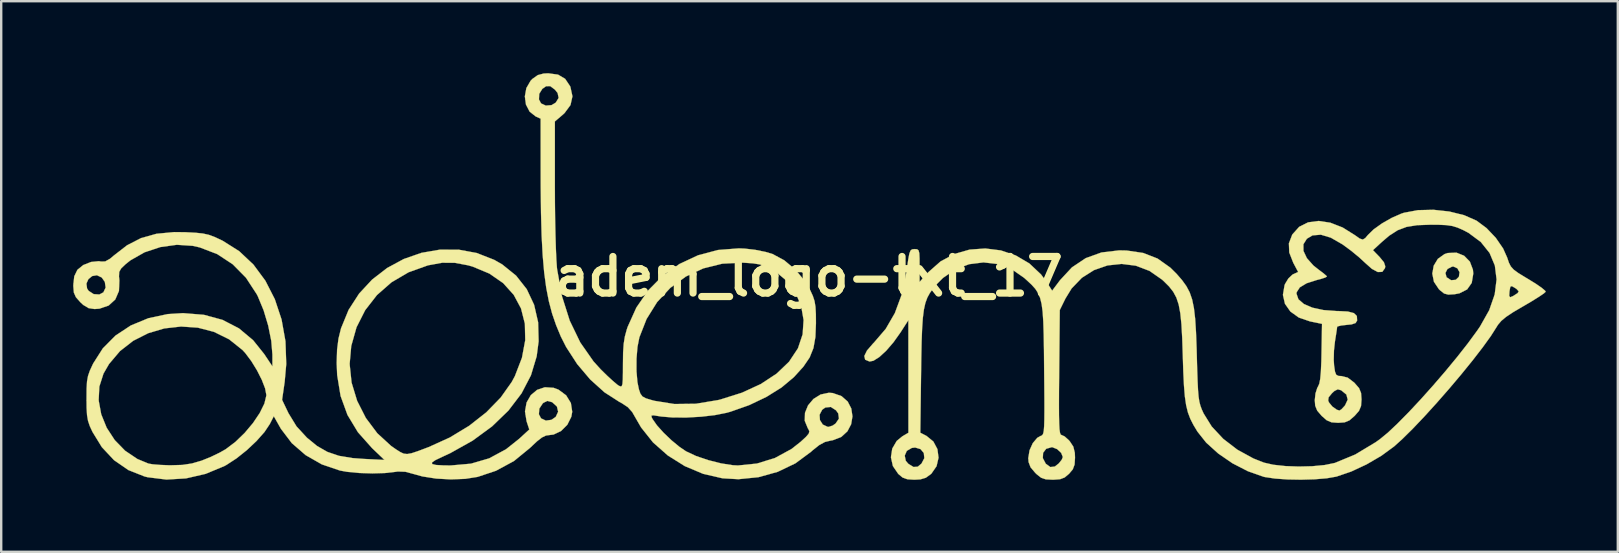
<source format=kicad_pcb>
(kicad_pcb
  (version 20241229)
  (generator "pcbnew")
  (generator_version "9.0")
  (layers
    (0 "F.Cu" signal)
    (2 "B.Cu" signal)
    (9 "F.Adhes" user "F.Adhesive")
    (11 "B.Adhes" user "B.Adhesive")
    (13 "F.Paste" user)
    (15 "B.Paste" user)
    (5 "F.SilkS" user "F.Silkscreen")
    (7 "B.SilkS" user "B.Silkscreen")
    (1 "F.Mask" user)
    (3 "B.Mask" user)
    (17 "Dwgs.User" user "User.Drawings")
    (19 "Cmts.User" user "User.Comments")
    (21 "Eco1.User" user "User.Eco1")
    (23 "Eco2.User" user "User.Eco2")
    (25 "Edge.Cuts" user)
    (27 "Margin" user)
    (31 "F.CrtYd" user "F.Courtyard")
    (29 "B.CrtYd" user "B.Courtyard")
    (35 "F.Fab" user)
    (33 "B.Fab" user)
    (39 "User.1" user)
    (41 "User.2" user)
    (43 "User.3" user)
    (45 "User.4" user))
  (footprint "adem_logo-txt_17"
    (layer "F.Cu")
    (at 30.654 8.472)
    (property "Reference" "adem_logo-txt_17" (at 0 0 0) (layer "F.SilkS") (effects (font (size 1.524 1.524) (thickness 0.3))))
    (attr through_hole)
    (fp_poly (pts (xy 27.304 -0.866) (xy 27.544 -0.621) (xy 27.672 -0.283) (xy 27.686 -0.119) (xy 27.622 0.265) (xy 27.43 0.538) (xy 27.111 0.7) (xy 26.904 0.739) (xy 26.645 0.754) (xy 26.471 0.709) (xy 26.303 0.576) (xy 26.251 0.525) (xy 26.047 0.22) (xy 25.979 -0.118) (xy 25.985 -0.149) (xy 26.525 -0.149) (xy 26.572 0.026) (xy 26.579 0.035) (xy 26.762 0.154) (xy 26.956 0.138) (xy 27.087 0.012) (xy 27.114 -0.179) (xy 27.024 -0.341) (xy 26.859 -0.416) (xy 26.8 -0.411) (xy 26.611 -0.313) (xy 26.525 -0.149) (xy 25.985 -0.149) (xy 26.037 -0.45) (xy 26.21 -0.736) (xy 26.489 -0.935) (xy 26.62 -0.979) (xy 26.986 -0.994) (xy 27.304 -0.866)) (stroke (width 0.01) (type solid)) (fill yes) (layer "F.SilkS"))
    (fp_poly (pts (xy -10.45 -8.412) (xy -10.156 -8.239) (xy -9.951 -7.934) (xy -9.936 -7.901) (xy -9.851 -7.509) (xy -9.932 -7.145) (xy -10.18 -6.81) (xy -10.254 -6.742) (xy -10.583 -6.461) (xy -10.583 -3.76) (xy -10.58 -3.057) (xy -10.572 -2.373) (xy -10.558 -1.734) (xy -10.541 -1.17) (xy -10.521 -0.708) (xy -10.498 -0.377) (xy -10.489 -0.296) (xy -10.286 0.824) (xy -9.963 1.842) (xy -9.525 2.748) (xy -8.976 3.534) (xy -8.68 3.861) (xy -8.408 4.128) (xy -8.163 4.354) (xy -7.98 4.508) (xy -7.916 4.551) (xy -7.844 4.582) (xy -7.796 4.566) (xy -7.767 4.479) (xy -7.753 4.294) (xy -7.747 3.985) (xy -7.747 3.93) (xy -7.183 3.93) (xy -7.144 4.395) (xy -7.082 4.699) (xy -7.019 4.883) (xy -6.934 4.998) (xy -6.785 5.078) (xy -6.528 5.155) (xy -6.433 5.18) (xy -5.603 5.313) (xy -4.709 5.302) (xy -3.777 5.148) (xy -3.689 5.126) (xy -2.785 4.841) (xy -1.999 4.479) (xy -1.342 4.046) (xy -0.825 3.551) (xy -0.459 2.999) (xy -0.452 2.985) (xy -0.259 2.409) (xy -0.219 1.813) (xy -0.322 1.224) (xy -0.558 0.671) (xy -0.919 0.183) (xy -1.393 -0.211) (xy -1.539 -0.297) (xy -1.795 -0.423) (xy -2.04 -0.503) (xy -2.332 -0.549) (xy -2.731 -0.576) (xy -2.761 -0.577) (xy -3.605 -0.535) (xy -4.399 -0.338) (xy -5.127 0.002) (xy -5.774 0.475) (xy -6.324 1.068) (xy -6.762 1.771) (xy -7.062 2.534) (xy -7.141 2.934) (xy -7.181 3.421) (xy -7.183 3.93) (xy -7.747 3.93) (xy -7.746 3.653) (xy -7.74 3.169) (xy -7.715 2.802) (xy -7.666 2.498) (xy -7.586 2.205) (xy -7.551 2.101) (xy -7.187 1.293) (xy -6.694 0.578) (xy -6.09 -0.031) (xy -5.392 -0.522) (xy -4.618 -0.884) (xy -3.787 -1.105) (xy -2.915 -1.173) (xy -2.676 -1.163) (xy -2.236 -1.112) (xy -1.804 -1.025) (xy -1.511 -0.937) (xy -1.024 -0.675) (xy -0.56 -0.285) (xy -0.163 0.195) (xy 0.056 0.569) (xy 0.167 0.81) (xy 0.237 1.023) (xy 0.276 1.258) (xy 0.293 1.566) (xy 0.296 1.947) (xy 0.273 2.521) (xy 0.192 2.98) (xy 0.033 3.375) (xy -0.227 3.756) (xy -0.607 4.175) (xy -0.633 4.201) (xy -1.138 4.624) (xy -1.771 5.018) (xy -2.491 5.361) (xy -3.258 5.631) (xy -3.429 5.679) (xy -3.912 5.775) (xy -4.488 5.842) (xy -5.096 5.876) (xy -5.675 5.874) (xy -6.164 5.833) (xy -6.248 5.819) (xy -6.471 5.784) (xy -6.56 5.795) (xy -6.549 5.868) (xy -6.51 5.944) (xy -6.33 6.201) (xy -6.053 6.509) (xy -5.725 6.823) (xy -5.389 7.1) (xy -5.117 7.284) (xy -4.701 7.479) (xy -4.191 7.652) (xy -3.657 7.787) (xy -3.166 7.863) (xy -2.954 7.874) (xy -2.164 7.794) (xy -1.41 7.561) (xy -0.723 7.187) (xy -0.344 6.889) (xy -0.12 6.682) (xy -0.005 6.548) (xy 0.021 6.45) (xy -0.023 6.353) (xy -0.043 6.324) (xy -0.172 6.01) (xy -0.163 5.758) (xy 0.447 5.758) (xy 0.462 5.982) (xy 0.581 6.169) (xy 0.781 6.263) (xy 0.825 6.265) (xy 0.991 6.212) (xy 1.115 6.125) (xy 1.254 5.921) (xy 1.225 5.706) (xy 1.13 5.574) (xy 0.914 5.435) (xy 0.686 5.459) (xy 0.556 5.552) (xy 0.447 5.758) (xy -0.163 5.758) (xy -0.161 5.681) (xy -0.033 5.368) (xy 0.191 5.103) (xy 0.486 4.918) (xy 0.831 4.844) (xy 0.997 4.856) (xy 1.36 4.983) (xy 1.618 5.209) (xy 1.769 5.501) (xy 1.817 5.827) (xy 1.763 6.155) (xy 1.607 6.451) (xy 1.351 6.685) (xy 0.996 6.823) (xy 0.918 6.835) (xy 0.672 6.894) (xy 0.436 7.021) (xy 0.157 7.243) (xy 0.085 7.308) (xy -0.559 7.784) (xy -1.297 8.138) (xy -2.1 8.362) (xy -2.935 8.446) (xy -3.598 8.408) (xy -4.401 8.224) (xy -5.169 7.901) (xy -5.876 7.458) (xy -6.492 6.914) (xy -6.99 6.289) (xy -7.19 5.944) (xy -7.362 5.645) (xy -7.543 5.444) (xy -7.794 5.278) (xy -7.896 5.224) (xy -8.515 4.826) (xy -9.11 4.29) (xy -9.653 3.649) (xy -10.115 2.935) (xy -10.335 2.5) (xy -10.531 2.029) (xy -10.697 1.547) (xy -10.833 1.033) (xy -10.943 0.469) (xy -11.028 -0.163) (xy -11.091 -0.883) (xy -11.135 -1.708) (xy -11.161 -2.659) (xy -11.173 -3.754) (xy -11.174 -4.156) (xy -11.176 -6.577) (xy -11.384 -6.671) (xy -11.636 -6.871) (xy -11.788 -7.164) (xy -11.817 -7.378) (xy -11.246 -7.378) (xy -11.159 -7.214) (xy -10.962 -7.122) (xy -10.723 -7.141) (xy -10.547 -7.245) (xy -10.426 -7.443) (xy -10.469 -7.647) (xy -10.583 -7.789) (xy -10.778 -7.934) (xy -10.951 -7.928) (xy -11.106 -7.819) (xy -11.235 -7.612) (xy -11.246 -7.378) (xy -11.817 -7.378) (xy -11.834 -7.506) (xy -11.771 -7.851) (xy -11.595 -8.156) (xy -11.519 -8.234) (xy -11.296 -8.392) (xy -11.049 -8.458) (xy -10.855 -8.467) (xy -10.45 -8.412)) (stroke (width 0.01) (type solid)) (fill yes) (layer "F.SilkS"))
    (fp_poly (pts (xy -25.982 -1.846) (xy -25.56 -1.824) (xy -25.252 -1.792) (xy -25.003 -1.737) (xy -24.757 -1.646) (xy -24.46 -1.507) (xy -24.421 -1.487) (xy -23.738 -1.057) (xy -23.143 -0.497) (xy -22.645 0.177) (xy -22.252 0.946) (xy -21.971 1.792) (xy -21.809 2.697) (xy -21.776 3.645) (xy -21.842 4.389) (xy -21.95 5.139) (xy -21.685 5.693) (xy -21.348 6.245) (xy -20.916 6.715) (xy -20.492 7.062) (xy -20.062 7.308) (xy -19.583 7.471) (xy -19.011 7.566) (xy -18.558 7.6) (xy -17.684 7.643) (xy -18.202 7.149) (xy -18.79 6.488) (xy -19.225 5.768) (xy -19.512 4.978) (xy -19.655 4.105) (xy -19.673 3.648) (xy -19.135 3.648) (xy -19.054 4.42) (xy -18.823 5.179) (xy -18.46 5.894) (xy -17.983 6.531) (xy -17.408 7.059) (xy -17.191 7.21) (xy -17.02 7.317) (xy -16.881 7.381) (xy -16.738 7.397) (xy -16.555 7.364) (xy -16.294 7.278) (xy -15.918 7.136) (xy -15.833 7.104) (xy -14.958 6.707) (xy -14.153 6.219) (xy -13.44 5.659) (xy -12.841 5.044) (xy -12.381 4.395) (xy -12.249 4.149) (xy -11.955 3.387) (xy -11.818 2.655) (xy -11.833 1.965) (xy -11.994 1.33) (xy -12.298 0.763) (xy -12.738 0.275) (xy -13.309 -0.121) (xy -14.006 -0.412) (xy -14.197 -0.466) (xy -14.759 -0.572) (xy -15.283 -0.573) (xy -15.853 -0.469) (xy -15.878 -0.463) (xy -16.68 -0.176) (xy -17.39 0.241) (xy -17.996 0.772) (xy -18.487 1.402) (xy -18.848 2.115) (xy -19.068 2.895) (xy -19.135 3.648) (xy -19.673 3.648) (xy -19.675 3.598) (xy -19.658 3.046) (xy -19.6 2.589) (xy -19.494 2.16) (xy -19.492 2.155) (xy -19.178 1.39) (xy -18.74 0.712) (xy -18.197 0.127) (xy -17.571 -0.356) (xy -16.878 -0.73) (xy -16.14 -0.987) (xy -15.374 -1.119) (xy -14.601 -1.12) (xy -13.84 -0.98) (xy -13.109 -0.694) (xy -12.775 -0.502) (xy -12.199 -0.037) (xy -11.755 0.527) (xy -11.448 1.179) (xy -11.281 1.907) (xy -11.26 2.7) (xy -11.341 3.325) (xy -11.579 4.115) (xy -11.974 4.873) (xy -12.518 5.586) (xy -13.2 6.245) (xy -14.012 6.84) (xy -14.942 7.36) (xy -15.272 7.513) (xy -15.559 7.649) (xy -15.703 7.748) (xy -15.697 7.814) (xy -15.537 7.853) (xy -15.216 7.871) (xy -14.916 7.873) (xy -14.081 7.799) (xy -13.321 7.577) (xy -12.62 7.199) (xy -12.074 6.765) (xy -11.649 6.375) (xy -11.762 6.032) (xy -11.809 5.739) (xy -11.249 5.739) (xy -11.159 5.91) (xy -10.959 6.004) (xy -10.724 5.971) (xy -10.546 5.848) (xy -10.447 5.634) (xy -10.497 5.419) (xy -10.684 5.247) (xy -10.717 5.231) (xy -10.902 5.184) (xy -11.061 5.265) (xy -11.091 5.291) (xy -11.231 5.504) (xy -11.249 5.739) (xy -11.809 5.739) (xy -11.828 5.62) (xy -11.761 5.249) (xy -11.585 4.943) (xy -11.323 4.723) (xy -10.999 4.614) (xy -10.635 4.638) (xy -10.435 4.713) (xy -10.113 4.951) (xy -9.916 5.271) (xy -9.86 5.635) (xy -9.897 5.844) (xy -10.065 6.179) (xy -10.327 6.439) (xy -10.637 6.585) (xy -10.791 6.604) (xy -10.953 6.626) (xy -11.119 6.705) (xy -11.326 6.866) (xy -11.608 7.13) (xy -11.622 7.144) (xy -12.288 7.689) (xy -13.036 8.094) (xy -13.801 8.349) (xy -14.316 8.431) (xy -14.915 8.454) (xy -15.532 8.42) (xy -16.099 8.331) (xy -16.425 8.241) (xy -16.807 8.137) (xy -17.125 8.125) (xy -17.23 8.14) (xy -17.662 8.189) (xy -18.188 8.204) (xy -18.739 8.187) (xy -19.244 8.138) (xy -19.538 8.085) (xy -20.292 7.829) (xy -20.968 7.443) (xy -21.545 6.943) (xy -21.997 6.347) (xy -22.038 6.276) (xy -22.295 5.821) (xy -22.463 6.149) (xy -22.685 6.482) (xy -23.017 6.856) (xy -23.418 7.234) (xy -23.849 7.578) (xy -24.268 7.851) (xy -24.35 7.896) (xy -25.135 8.223) (xy -25.953 8.412) (xy -26.77 8.461) (xy -27.551 8.364) (xy -27.684 8.331) (xy -28.355 8.065) (xy -28.952 7.653) (xy -29.46 7.111) (xy -29.85 6.476) (xy -29.964 6.229) (xy -30.036 6.014) (xy -30.077 5.78) (xy -30.095 5.476) (xy -30.098 5.162) (xy -29.593 5.162) (xy -29.486 5.742) (xy -29.259 6.301) (xy -28.923 6.816) (xy -28.491 7.259) (xy -27.977 7.605) (xy -27.517 7.795) (xy -27.335 7.826) (xy -27.039 7.85) (xy -26.685 7.864) (xy -26.585 7.865) (xy -26.106 7.851) (xy -25.706 7.79) (xy -25.302 7.672) (xy -25.292 7.668) (xy -24.923 7.519) (xy -24.548 7.338) (xy -24.298 7.196) (xy -23.895 6.891) (xy -23.508 6.517) (xy -23.161 6.104) (xy -22.88 5.686) (xy -22.687 5.295) (xy -22.607 4.964) (xy -22.606 4.932) (xy -22.657 4.662) (xy -22.794 4.307) (xy -22.993 3.914) (xy -23.23 3.527) (xy -23.481 3.192) (xy -23.6 3.062) (xy -24.159 2.616) (xy -24.787 2.307) (xy -25.462 2.131) (xy -26.16 2.084) (xy -26.857 2.163) (xy -27.529 2.362) (xy -28.153 2.678) (xy -28.704 3.107) (xy -29.16 3.645) (xy -29.391 4.044) (xy -29.565 4.588) (xy -29.593 5.162) (xy -30.098 5.162) (xy -30.098 5.079) (xy -30.095 4.667) (xy -30.078 4.372) (xy -30.036 4.142) (xy -29.961 3.925) (xy -29.842 3.667) (xy -29.822 3.625) (xy -29.419 2.993) (xy -28.891 2.461) (xy -28.253 2.04) (xy -27.523 1.738) (xy -26.717 1.566) (xy -26.077 1.526) (xy -25.208 1.596) (xy -24.432 1.807) (xy -23.748 2.16) (xy -23.157 2.654) (xy -22.698 3.227) (xy -22.352 3.745) (xy -22.353 3.248) (xy -22.4 2.683) (xy -22.528 2.046) (xy -22.72 1.407) (xy -22.958 0.831) (xy -23.006 0.737) (xy -23.455 0.05) (xy -24.006 -0.509) (xy -24.651 -0.933) (xy -25.376 -1.211) (xy -25.67 -1.278) (xy -26.336 -1.322) (xy -27.022 -1.227) (xy -27.682 -1.008) (xy -28.268 -0.675) (xy -28.468 -0.516) (xy -28.654 -0.339) (xy -28.737 -0.192) (xy -28.746 0.001) (xy -28.73 0.159) (xy -28.747 0.601) (xy -28.9 0.957) (xy -29.176 1.209) (xy -29.559 1.34) (xy -29.765 1.355) (xy -30.012 1.318) (xy -30.234 1.185) (xy -30.361 1.067) (xy -30.542 0.861) (xy -30.627 0.667) (xy -30.649 0.4) (xy -30.649 0.359) (xy -30.642 0.294) (xy -30.103 0.294) (xy -30.076 0.499) (xy -30.009 0.599) (xy -29.799 0.734) (xy -29.564 0.749) (xy -29.396 0.66) (xy -29.302 0.46) (xy -29.336 0.224) (xy -29.464 0.042) (xy -29.665 -0.053) (xy -29.862 -0.019) (xy -30.02 0.109) (xy -30.103 0.294) (xy -30.642 0.294) (xy -30.61 -0.009) (xy -30.482 -0.274) (xy -30.476 -0.282) (xy -30.234 -0.478) (xy -29.91 -0.606) (xy -29.584 -0.639) (xy -29.49 -0.623) (xy -29.321 -0.628) (xy -29.123 -0.738) (xy -28.966 -0.87) (xy -28.41 -1.301) (xy -27.826 -1.601) (xy -27.182 -1.781) (xy -26.447 -1.851) (xy -25.982 -1.846)) (stroke (width 0.01) (type solid)) (fill yes) (layer "F.SilkS"))
    (fp_poly (pts (xy 26.689 -2.708) (xy 27.305 -2.555) (xy 27.823 -2.327) (xy 27.823 -2.327) (xy 28.24 -2.016) (xy 28.624 -1.612) (xy 28.93 -1.167) (xy 29.098 -0.791) (xy 29.171 -0.576) (xy 29.251 -0.419) (xy 29.371 -0.286) (xy 29.561 -0.146) (xy 29.855 0.034) (xy 29.987 0.113) (xy 30.295 0.303) (xy 30.535 0.469) (xy 30.678 0.59) (xy 30.704 0.635) (xy 30.625 0.707) (xy 30.426 0.842) (xy 30.138 1.022) (xy 29.79 1.227) (xy 29.765 1.241) (xy 29.348 1.486) (xy 29.054 1.681) (xy 28.853 1.849) (xy 28.715 2.012) (xy 28.658 2.103) (xy 28.419 2.479) (xy 28.08 2.949) (xy 27.664 3.488) (xy 27.191 4.071) (xy 26.682 4.674) (xy 26.159 5.271) (xy 25.644 5.838) (xy 25.157 6.35) (xy 24.72 6.781) (xy 24.384 7.083) (xy 23.855 7.47) (xy 23.239 7.829) (xy 22.6 8.127) (xy 22.003 8.331) (xy 21.974 8.339) (xy 21.578 8.408) (xy 21.071 8.45) (xy 20.508 8.466) (xy 19.94 8.456) (xy 19.422 8.419) (xy 19.007 8.357) (xy 18.94 8.341) (xy 18.293 8.113) (xy 17.652 7.783) (xy 17.06 7.376) (xy 16.557 6.922) (xy 16.194 6.465) (xy 16.026 6.187) (xy 15.895 5.929) (xy 15.795 5.663) (xy 15.721 5.361) (xy 15.668 4.997) (xy 15.631 4.544) (xy 15.603 3.975) (xy 15.582 3.302) (xy 15.558 2.576) (xy 15.526 1.994) (xy 15.479 1.534) (xy 15.411 1.17) (xy 15.314 0.878) (xy 15.183 0.635) (xy 15.011 0.416) (xy 14.79 0.196) (xy 14.718 0.13) (xy 14.197 -0.233) (xy 13.627 -0.45) (xy 13.034 -0.525) (xy 12.444 -0.462) (xy 11.883 -0.267) (xy 11.376 0.054) (xy 10.949 0.498) (xy 10.693 0.916) (xy 10.456 1.397) (xy 10.431 4) (xy 10.424 4.743) (xy 10.422 5.332) (xy 10.424 5.786) (xy 10.431 6.121) (xy 10.443 6.353) (xy 10.463 6.5) (xy 10.489 6.578) (xy 10.523 6.604) (xy 10.529 6.604) (xy 10.659 6.664) (xy 10.828 6.815) (xy 10.872 6.864) (xy 11.02 7.089) (xy 11.083 7.346) (xy 11.091 7.548) (xy 11.073 7.836) (xy 10.998 8.035) (xy 10.844 8.219) (xy 10.661 8.373) (xy 10.468 8.447) (xy 10.19 8.467) (xy 10.158 8.467) (xy 9.874 8.452) (xy 9.678 8.385) (xy 9.49 8.236) (xy 9.432 8.179) (xy 9.239 7.95) (xy 9.156 7.732) (xy 9.144 7.566) (xy 9.749 7.566) (xy 9.87 7.796) (xy 9.877 7.804) (xy 10.064 7.94) (xy 10.252 7.917) (xy 10.414 7.789) (xy 10.539 7.632) (xy 10.583 7.521) (xy 10.513 7.348) (xy 10.346 7.193) (xy 10.149 7.114) (xy 10.121 7.112) (xy 9.891 7.178) (xy 9.762 7.344) (xy 9.749 7.566) (xy 9.144 7.566) (xy 9.144 7.565) (xy 9.196 7.243) (xy 9.331 6.943) (xy 9.518 6.722) (xy 9.65 6.647) (xy 9.7 6.628) (xy 9.739 6.594) (xy 9.769 6.528) (xy 9.791 6.412) (xy 9.805 6.228) (xy 9.813 5.959) (xy 9.816 5.587) (xy 9.815 5.095) (xy 9.81 4.464) (xy 9.804 3.866) (xy 9.797 3.063) (xy 9.786 2.41) (xy 9.769 1.886) (xy 9.742 1.471) (xy 9.699 1.146) (xy 9.636 0.891) (xy 9.549 0.686) (xy 9.434 0.511) (xy 9.286 0.346) (xy 9.1 0.172) (xy 8.969 0.054) (xy 8.45 -0.307) (xy 7.877 -0.52) (xy 7.278 -0.588) (xy 6.678 -0.513) (xy 6.106 -0.296) (xy 5.588 0.06) (xy 5.351 0.297) (xy 5.182 0.496) (xy 5.045 0.683) (xy 4.937 0.879) (xy 4.855 1.104) (xy 4.794 1.379) (xy 4.75 1.725) (xy 4.72 2.163) (xy 4.699 2.713) (xy 4.685 3.396) (xy 4.677 3.995) (xy 4.644 6.508) (xy 4.903 6.642) (xy 5.189 6.876) (xy 5.358 7.193) (xy 5.404 7.55) (xy 5.322 7.903) (xy 5.109 8.211) (xy 5.084 8.234) (xy 4.875 8.385) (xy 4.648 8.453) (xy 4.395 8.467) (xy 4.106 8.449) (xy 3.907 8.377) (xy 3.725 8.225) (xy 3.502 7.898) (xy 3.42 7.533) (xy 3.431 7.462) (xy 3.995 7.462) (xy 4.039 7.679) (xy 4.145 7.804) (xy 4.362 7.937) (xy 4.537 7.926) (xy 4.693 7.796) (xy 4.812 7.569) (xy 4.79 7.354) (xy 4.654 7.192) (xy 4.43 7.126) (xy 4.29 7.143) (xy 4.082 7.265) (xy 3.995 7.462) (xy 3.431 7.462) (xy 3.475 7.171) (xy 3.661 6.852) (xy 3.896 6.659) (xy 4.149 6.51) (xy 4.148 4.165) (xy 4.147 1.82) (xy 3.82 2.328) (xy 3.527 2.74) (xy 3.226 3.089) (xy 2.94 3.353) (xy 2.692 3.51) (xy 2.529 3.542) (xy 2.346 3.466) (xy 2.311 3.312) (xy 2.422 3.085) (xy 2.678 2.788) (xy 2.714 2.753) (xy 3.203 2.183) (xy 3.584 1.524) (xy 3.867 0.758) (xy 4.059 -0.136) (xy 4.09 -0.344) (xy 4.142 -0.715) (xy 4.186 -0.948) (xy 4.234 -1.077) (xy 4.299 -1.131) (xy 4.394 -1.143) (xy 4.405 -1.143) (xy 4.509 -1.136) (xy 4.571 -1.09) (xy 4.602 -0.973) (xy 4.613 -0.749) (xy 4.614 -0.459) (xy 4.614 0.226) (xy 4.98 -0.181) (xy 5.489 -0.629) (xy 6.071 -0.941) (xy 6.701 -1.121) (xy 7.353 -1.168) (xy 8.002 -1.087) (xy 8.622 -0.878) (xy 9.188 -0.545) (xy 9.674 -0.088) (xy 9.91 0.232) (xy 10.138 0.591) (xy 10.466 0.154) (xy 10.963 -0.381) (xy 11.539 -0.766) (xy 12.194 -1.002) (xy 12.931 -1.089) (xy 13.243 -1.083) (xy 13.934 -0.981) (xy 14.531 -0.748) (xy 15.063 -0.37) (xy 15.326 -0.109) (xy 15.552 0.152) (xy 15.731 0.4) (xy 15.869 0.661) (xy 15.972 0.959) (xy 16.046 1.32) (xy 16.098 1.767) (xy 16.133 2.327) (xy 16.159 3.023) (xy 16.165 3.26) (xy 16.182 3.886) (xy 16.199 4.369) (xy 16.217 4.734) (xy 16.24 5.007) (xy 16.272 5.214) (xy 16.315 5.381) (xy 16.371 5.533) (xy 16.445 5.697) (xy 16.445 5.699) (xy 16.787 6.25) (xy 17.267 6.764) (xy 17.857 7.217) (xy 18.526 7.583) (xy 18.965 7.756) (xy 19.355 7.844) (xy 19.856 7.899) (xy 20.416 7.919) (xy 20.979 7.905) (xy 21.493 7.856) (xy 21.903 7.772) (xy 21.929 7.764) (xy 22.768 7.417) (xy 23.622 6.903) (xy 23.798 6.777) (xy 24.125 6.508) (xy 24.53 6.126) (xy 24.995 5.655) (xy 25.497 5.118) (xy 26.015 4.539) (xy 26.53 3.941) (xy 27.02 3.347) (xy 27.464 2.781) (xy 27.841 2.267) (xy 27.967 2.084) (xy 28.35 1.404) (xy 28.559 0.805) (xy 29.183 0.805) (xy 29.223 0.864) (xy 29.346 0.814) (xy 29.533 0.693) (xy 29.58 0.617) (xy 29.488 0.519) (xy 29.436 0.483) (xy 29.294 0.4) (xy 29.23 0.427) (xy 29.199 0.591) (xy 29.194 0.632) (xy 29.183 0.805) (xy 28.559 0.805) (xy 28.579 0.746) (xy 28.657 0.122) (xy 28.585 -0.458) (xy 28.365 -0.982) (xy 27.999 -1.439) (xy 27.489 -1.818) (xy 27.263 -1.937) (xy 27.027 -2.04) (xy 26.808 -2.106) (xy 26.557 -2.142) (xy 26.223 -2.157) (xy 25.908 -2.159) (xy 25.349 -2.139) (xy 24.907 -2.068) (xy 24.535 -1.928) (xy 24.184 -1.702) (xy 23.873 -1.437) (xy 23.506 -1.098) (xy 23.784 -0.812) (xy 23.963 -0.594) (xy 24.019 -0.426) (xy 24.006 -0.347) (xy 23.894 -0.194) (xy 23.709 -0.186) (xy 23.46 -0.32) (xy 23.195 -0.555) (xy 22.931 -0.799) (xy 22.595 -1.075) (xy 22.255 -1.326) (xy 22.237 -1.338) (xy 21.751 -1.618) (xy 21.334 -1.743) (xy 20.987 -1.714) (xy 20.752 -1.574) (xy 20.608 -1.344) (xy 20.61 -1.067) (xy 20.752 -0.765) (xy 21.024 -0.459) (xy 21.241 -0.287) (xy 21.44 -0.138) (xy 21.566 -0.03) (xy 21.588 0.001) (xy 21.515 0.044) (xy 21.325 0.105) (xy 21.172 0.144) (xy 20.743 0.281) (xy 20.458 0.453) (xy 20.328 0.652) (xy 20.32 0.716) (xy 20.4 0.948) (xy 20.628 1.145) (xy 20.982 1.298) (xy 21.444 1.398) (xy 21.994 1.439) (xy 22.059 1.439) (xy 22.459 1.459) (xy 22.712 1.525) (xy 22.835 1.646) (xy 22.846 1.831) (xy 22.845 1.837) (xy 22.782 1.939) (xy 22.615 1.995) (xy 22.415 2.015) (xy 22.18 2.042) (xy 22.035 2.079) (xy 22.013 2.1) (xy 22 2.208) (xy 21.966 2.433) (xy 21.922 2.709) (xy 21.881 3.085) (xy 21.872 3.475) (xy 21.886 3.704) (xy 21.924 3.962) (xy 21.975 4.094) (xy 22.069 4.142) (xy 22.197 4.149) (xy 22.454 4.214) (xy 22.726 4.421) (xy 22.741 4.437) (xy 22.926 4.65) (xy 23.01 4.852) (xy 23.029 5.122) (xy 23.009 5.398) (xy 22.923 5.6) (xy 22.741 5.808) (xy 22.528 5.993) (xy 22.326 6.077) (xy 22.056 6.096) (xy 21.78 6.076) (xy 21.578 5.99) (xy 21.37 5.808) (xy 21.183 5.59) (xy 21.099 5.383) (xy 21.083 5.166) (xy 21.64 5.166) (xy 21.672 5.245) (xy 21.815 5.42) (xy 22.002 5.552) (xy 22.113 5.585) (xy 22.199 5.527) (xy 22.332 5.383) (xy 22.344 5.367) (xy 22.454 5.13) (xy 22.398 4.918) (xy 22.18 4.74) (xy 22.04 4.701) (xy 21.899 4.771) (xy 21.798 4.864) (xy 21.659 5.033) (xy 21.64 5.166) (xy 21.083 5.166) (xy 21.082 5.15) (xy 21.111 4.873) (xy 21.185 4.64) (xy 21.212 4.594) (xy 21.268 4.471) (xy 21.308 4.27) (xy 21.336 3.964) (xy 21.355 3.531) (xy 21.362 3.191) (xy 21.383 1.973) (xy 20.879 1.869) (xy 20.416 1.71) (xy 20.065 1.459) (xy 19.839 1.137) (xy 19.754 0.765) (xy 19.822 0.363) (xy 19.843 0.31) (xy 19.98 0.083) (xy 20.15 -0.078) (xy 20.181 -0.095) (xy 20.389 -0.189) (xy 20.185 -0.573) (xy 20.018 -1) (xy 20.003 -1.381) (xy 20.14 -1.74) (xy 20.147 -1.753) (xy 20.431 -2.07) (xy 20.803 -2.257) (xy 21.243 -2.315) (xy 21.731 -2.242) (xy 22.246 -2.041) (xy 22.749 -1.726) (xy 22.955 -1.581) (xy 23.083 -1.54) (xy 23.188 -1.603) (xy 23.292 -1.727) (xy 23.535 -1.964) (xy 23.885 -2.214) (xy 24.286 -2.443) (xy 24.683 -2.618) (xy 24.802 -2.657) (xy 25.381 -2.765) (xy 26.029 -2.78) (xy 26.689 -2.708)) (stroke (width 0.01) (type solid)) (fill yes) (layer "F.SilkS")))
  (gr_rect
    (start -3 -3)
    (end 64.363 19.943)
    (stroke (width 0.1) (type default))
    (fill no)
    (layer "Edge.Cuts")))
</source>
